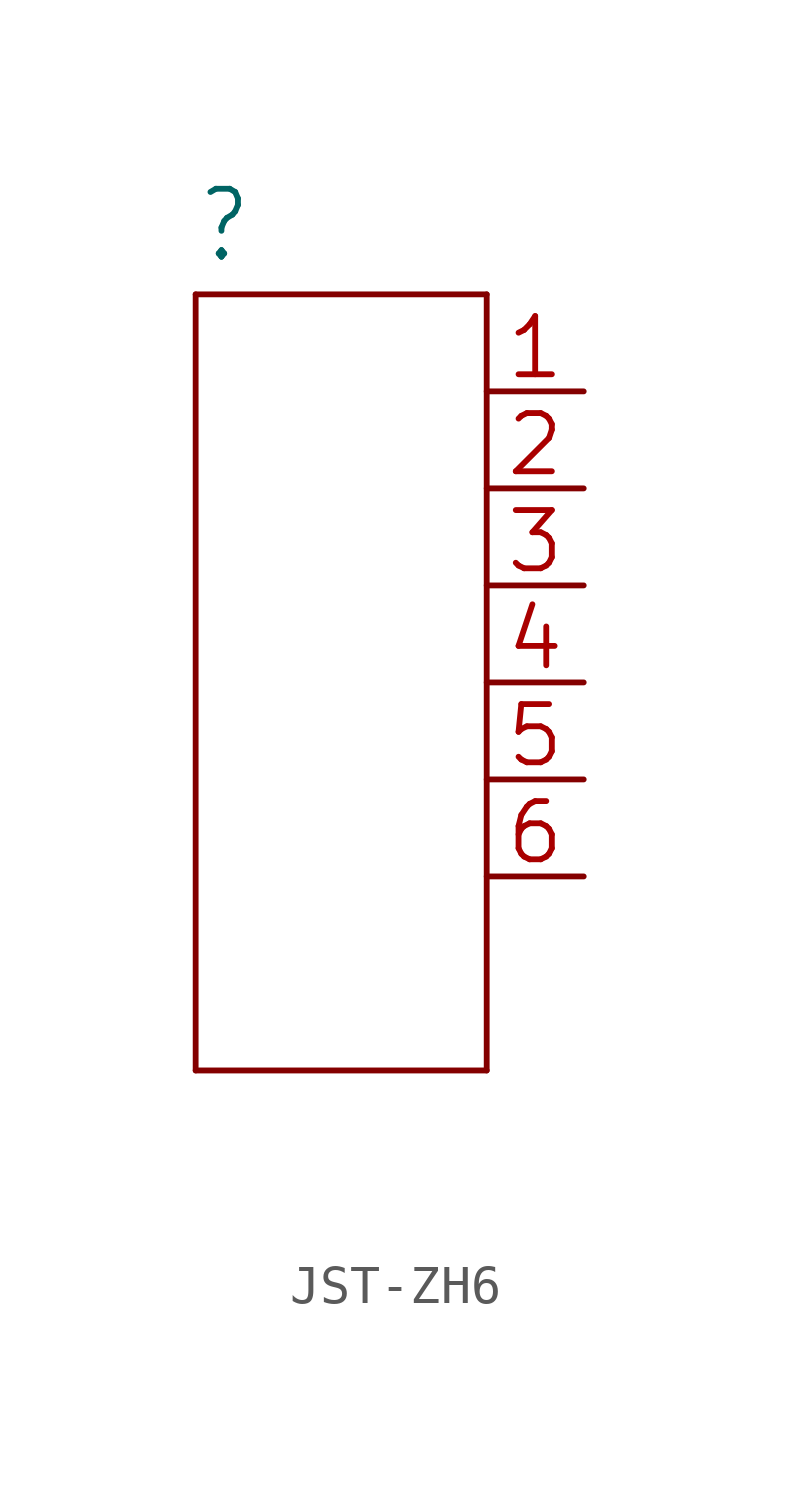
<source format=kicad_sym>
(kicad_symbol_lib
  (version 20241209)
  (generator "kicad_symbol_editor")
  (generator_version "9.0")
  (symbol "JST-ZH6"
    (property "Reference" ""
      (at -5.08 10.922 0)
      (effects (font (size 1.778 1.511)) (justify left bottom)))
    (property "Value" ""
      (at -5.08 -12.446 0)
      (effects (font (size 1.778 1.511)) (justify left bottom)))
    (property "ki_locked" ""
      (at 0 0 0)
      (effects (font (size 1.27 1.27))))
    (symbol "JST-ZH6_1_0"
      (polyline (pts (xy -5.08 10.16) (xy -5.08 -10.16)) (stroke (width 0.152) (type solid)) (fill (type none)))
      (polyline (pts (xy -5.08 -10.16) (xy 2.54 -10.16)) (stroke (width 0.152) (type solid)) (fill (type none)))
      (polyline (pts (xy 2.54 10.16) (xy -5.08 10.16)) (stroke (width 0.152) (type solid)) (fill (type none)))
      (polyline (pts (xy 2.54 -10.16) (xy 2.54 10.16)) (stroke (width 0.152) (type solid)) (fill (type none)))
      (pin passive line (at 5.08 7.62 180) (length 2.54) (name "1" (effects (font (size 0 0)))) (number "1" (effects (font (size 1.524 1.524)))))
      (pin passive line (at 5.08 5.08 180) (length 2.54) (name "2" (effects (font (size 0 0)))) (number "2" (effects (font (size 1.524 1.524)))))
      (pin passive line (at 5.08 2.54 180) (length 2.54) (name "3" (effects (font (size 0 0)))) (number "3" (effects (font (size 1.524 1.524)))))
      (pin passive line (at 5.08 0 180) (length 2.54) (name "4" (effects (font (size 0 0)))) (number "4" (effects (font (size 1.524 1.524)))))
      (pin passive line (at 5.08 -2.54 180) (length 2.54) (name "5" (effects (font (size 0 0)))) (number "5" (effects (font (size 1.524 1.524)))))
      (pin passive line (at 5.08 -5.08 180) (length 2.54) (name "6" (effects (font (size 0 0)))) (number "6" (effects (font (size 1.524 1.524))))))))
</source>
